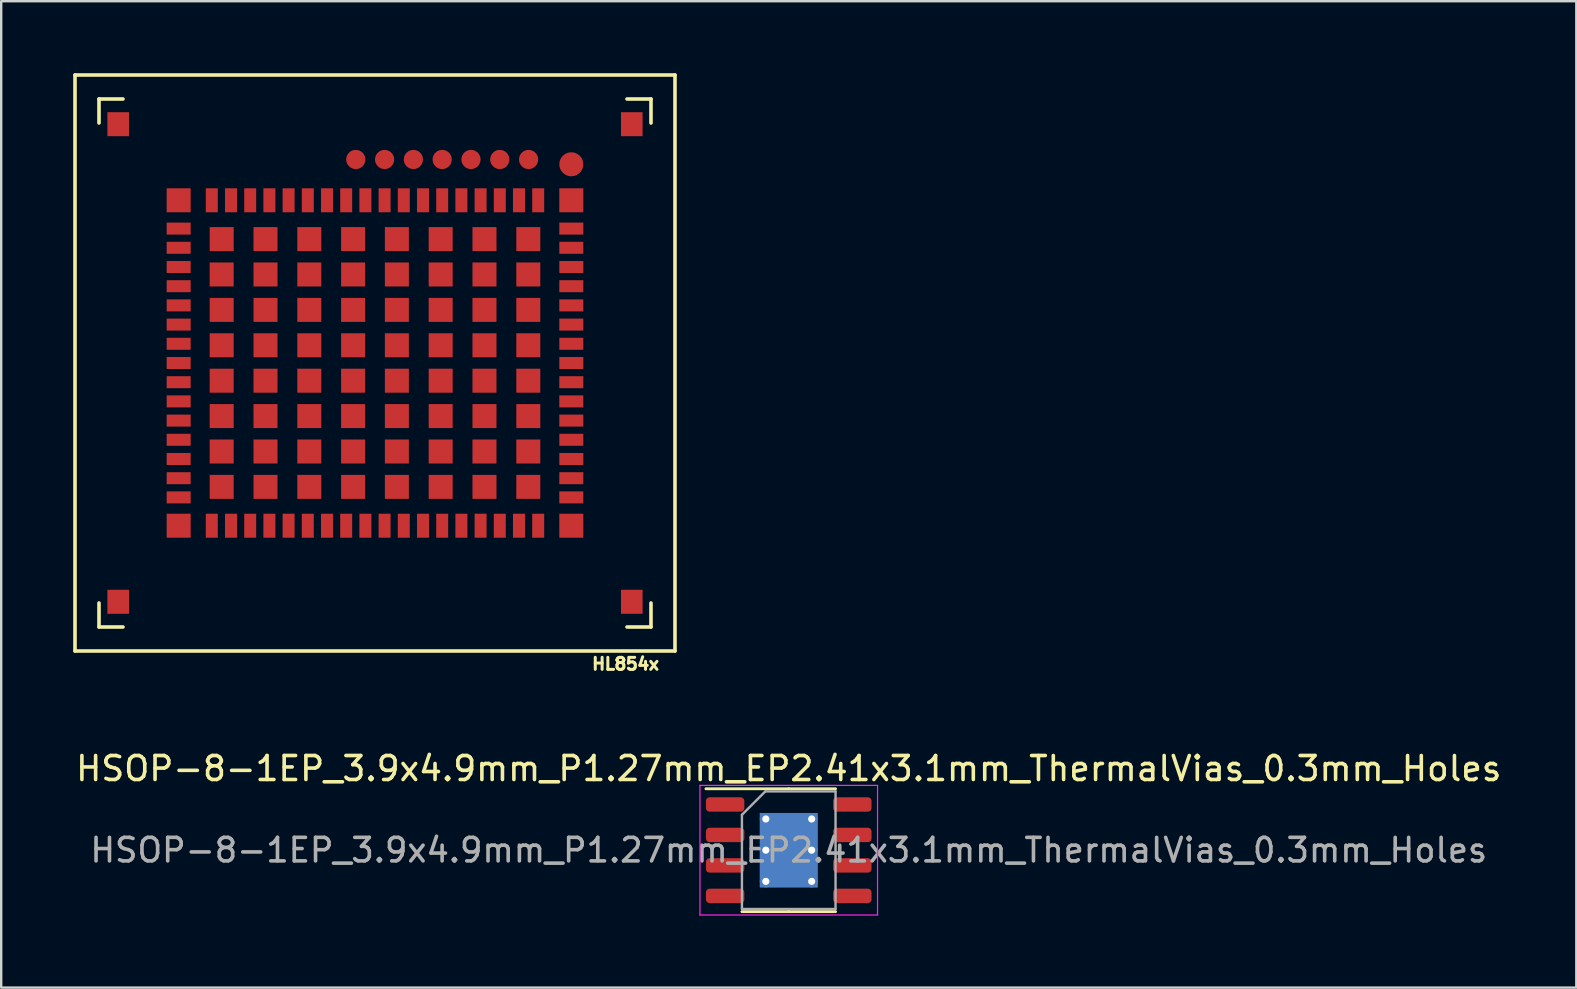
<source format=kicad_pcb>
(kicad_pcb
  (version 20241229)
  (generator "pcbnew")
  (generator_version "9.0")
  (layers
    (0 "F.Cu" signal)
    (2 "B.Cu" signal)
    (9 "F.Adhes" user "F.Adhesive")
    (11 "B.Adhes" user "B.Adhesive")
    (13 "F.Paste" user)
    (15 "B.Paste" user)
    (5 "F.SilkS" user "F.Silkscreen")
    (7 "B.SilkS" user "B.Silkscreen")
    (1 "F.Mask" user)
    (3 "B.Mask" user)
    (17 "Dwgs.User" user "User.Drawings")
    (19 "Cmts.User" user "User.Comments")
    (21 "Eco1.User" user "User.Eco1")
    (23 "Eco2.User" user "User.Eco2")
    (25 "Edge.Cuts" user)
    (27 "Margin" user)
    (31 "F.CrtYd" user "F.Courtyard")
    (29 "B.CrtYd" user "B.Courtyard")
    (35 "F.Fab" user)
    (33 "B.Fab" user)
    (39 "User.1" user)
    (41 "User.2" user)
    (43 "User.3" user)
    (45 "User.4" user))
  (footprint "HL854x"
    (layer "F.Cu")
    (at 12.575 12.075)
    (property "Reference" "HL854x" (at 10.44 12.54 0) (layer "F.SilkS") (effects (font (size 0.5 0.5) (thickness 0.125))))
    (attr smd)
    (fp_line (start -12.5 -12) (end 12.5 -12) (stroke (width 0.15) (type solid)) (layer "F.SilkS"))
    (fp_line (start -12.5 12) (end -12.5 -12) (stroke (width 0.15) (type solid)) (layer "F.SilkS"))
    (fp_line (start -12.5 12) (end 12.5 12) (stroke (width 0.15) (type solid)) (layer "F.SilkS"))
    (fp_line (start -11.5 -11) (end -10.5 -11) (stroke (width 0.15) (type solid)) (layer "F.SilkS"))
    (fp_line (start -11.5 -10) (end -11.5 -11) (stroke (width 0.15) (type solid)) (layer "F.SilkS"))
    (fp_line (start -11.5 10) (end -11.5 11) (stroke (width 0.15) (type solid)) (layer "F.SilkS"))
    (fp_line (start -11.5 11) (end -10.5 11) (stroke (width 0.15) (type solid)) (layer "F.SilkS"))
    (fp_line (start 10.5 -11) (end 11.5 -11) (stroke (width 0.15) (type solid)) (layer "F.SilkS"))
    (fp_line (start 10.5 11) (end 11.5 11) (stroke (width 0.15) (type solid)) (layer "F.SilkS"))
    (fp_line (start 11.5 -11) (end 11.5 -10) (stroke (width 0.15) (type solid)) (layer "F.SilkS"))
    (fp_line (start 11.5 10) (end 11.5 11) (stroke (width 0.15) (type solid)) (layer "F.SilkS"))
    (fp_line (start 12.5 12) (end 12.5 -12) (stroke (width 0.15) (type solid)) (layer "F.SilkS"))
    (pad "1" smd rect (at 6.8 -6.78 90) (size 1 0.5) (layers "F.Cu" "F.Mask" "F.Paste"))
    (pad "2" smd rect (at 6 -6.78 90) (size 1 0.5) (layers "F.Cu" "F.Mask" "F.Paste"))
    (pad "3" smd rect (at 5.2 -6.78 90) (size 1 0.5) (layers "F.Cu" "F.Mask" "F.Paste"))
    (pad "4" smd rect (at 4.4 -6.78 90) (size 1 0.5) (layers "F.Cu" "F.Mask" "F.Paste"))
    (pad "5" smd rect (at 3.6 -6.78 90) (size 1 0.5) (layers "F.Cu" "F.Mask" "F.Paste"))
    (pad "6" smd rect (at 2.8 -6.78 90) (size 1 0.5) (layers "F.Cu" "F.Mask" "F.Paste"))
    (pad "7" smd rect (at 2 -6.78 90) (size 1 0.5) (layers "F.Cu" "F.Mask" "F.Paste"))
    (pad "8" smd rect (at 1.2 -6.78 90) (size 1 0.5) (layers "F.Cu" "F.Mask" "F.Paste"))
    (pad "9" smd rect (at 0.4 -6.78 90) (size 1 0.5) (layers "F.Cu" "F.Mask" "F.Paste"))
    (pad "10" smd rect (at -0.4 -6.78 90) (size 1 0.5) (layers "F.Cu" "F.Mask" "F.Paste"))
    (pad "11" smd rect (at -1.2 -6.78 90) (size 1 0.5) (layers "F.Cu" "F.Mask" "F.Paste"))
    (pad "12" smd rect (at -2 -6.78 90) (size 1 0.5) (layers "F.Cu" "F.Mask" "F.Paste"))
    (pad "13" smd rect (at -2.8 -6.78 90) (size 1 0.5) (layers "F.Cu" "F.Mask" "F.Paste"))
    (pad "14" smd rect (at -3.6 -6.78 90) (size 1 0.5) (layers "F.Cu" "F.Mask" "F.Paste"))
    (pad "15" smd rect (at -4.4 -6.78 90) (size 1 0.5) (layers "F.Cu" "F.Mask" "F.Paste"))
    (pad "16" smd rect (at -5.2 -6.78 90) (size 1 0.5) (layers "F.Cu" "F.Mask" "F.Paste"))
    (pad "17" smd rect (at -6 -6.78 90) (size 1 0.5) (layers "F.Cu" "F.Mask" "F.Paste"))
    (pad "18" smd rect (at -6.8 -6.78 90) (size 1 0.5) (layers "F.Cu" "F.Mask" "F.Paste"))
    (pad "19" smd rect (at -8.18 -5.6) (size 1 0.5) (layers "F.Cu" "F.Mask" "F.Paste"))
    (pad "20" smd rect (at -8.18 -4.8) (size 1 0.5) (layers "F.Cu" "F.Mask" "F.Paste"))
    (pad "21" smd rect (at -8.18 -4) (size 1 0.5) (layers "F.Cu" "F.Mask" "F.Paste"))
    (pad "22" smd rect (at -8.18 -3.2) (size 1 0.5) (layers "F.Cu" "F.Mask" "F.Paste"))
    (pad "23" smd rect (at -8.18 -2.4) (size 1 0.5) (layers "F.Cu" "F.Mask" "F.Paste"))
    (pad "24" smd rect (at -8.18 -1.6) (size 1 0.5) (layers "F.Cu" "F.Mask" "F.Paste"))
    (pad "25" smd rect (at -8.18 -0.8) (size 1 0.5) (layers "F.Cu" "F.Mask" "F.Paste"))
    (pad "26" smd rect (at -8.18 0) (size 1 0.5) (layers "F.Cu" "F.Mask" "F.Paste"))
    (pad "27" smd rect (at -8.18 0.8) (size 1 0.5) (layers "F.Cu" "F.Mask" "F.Paste"))
    (pad "28" smd rect (at -8.18 1.6) (size 1 0.5) (layers "F.Cu" "F.Mask" "F.Paste"))
    (pad "29" smd rect (at -8.18 2.4) (size 1 0.5) (layers "F.Cu" "F.Mask" "F.Paste"))
    (pad "30" smd rect (at -8.18 3.2) (size 1 0.5) (layers "F.Cu" "F.Mask" "F.Paste"))
    (pad "31" smd rect (at -8.18 4) (size 1 0.5) (layers "F.Cu" "F.Mask" "F.Paste"))
    (pad "32" smd rect (at -8.18 4.8) (size 1 0.5) (layers "F.Cu" "F.Mask" "F.Paste"))
    (pad "33" smd rect (at -8.18 5.6) (size 1 0.5) (layers "F.Cu" "F.Mask" "F.Paste"))
    (pad "34" smd rect (at -6.8 6.78 90) (size 1 0.5) (layers "F.Cu" "F.Mask" "F.Paste"))
    (pad "35" smd rect (at -6 6.78 90) (size 1 0.5) (layers "F.Cu" "F.Mask" "F.Paste"))
    (pad "36" smd rect (at -5.2 6.78 90) (size 1 0.5) (layers "F.Cu" "F.Mask" "F.Paste"))
    (pad "37" smd rect (at -4.4 6.78 90) (size 1 0.5) (layers "F.Cu" "F.Mask" "F.Paste"))
    (pad "38" smd rect (at -3.6 6.78 90) (size 1 0.5) (layers "F.Cu" "F.Mask" "F.Paste"))
    (pad "39" smd rect (at -2.8 6.78 90) (size 1 0.5) (layers "F.Cu" "F.Mask" "F.Paste"))
    (pad "40" smd rect (at -2 6.78 90) (size 1 0.5) (layers "F.Cu" "F.Mask" "F.Paste"))
    (pad "41" smd rect (at -1.2 6.78 90) (size 1 0.5) (layers "F.Cu" "F.Mask" "F.Paste"))
    (pad "42" smd rect (at -0.4 6.78 90) (size 1 0.5) (layers "F.Cu" "F.Mask" "F.Paste"))
    (pad "43" smd rect (at 0.4 6.78 90) (size 1 0.5) (layers "F.Cu" "F.Mask" "F.Paste"))
    (pad "44" smd rect (at 1.2 6.78 90) (size 1 0.5) (layers "F.Cu" "F.Mask" "F.Paste"))
    (pad "45" smd rect (at 2 6.78 90) (size 1 0.5) (layers "F.Cu" "F.Mask" "F.Paste"))
    (pad "46" smd rect (at 2.8 6.78 90) (size 1 0.5) (layers "F.Cu" "F.Mask" "F.Paste"))
    (pad "47" smd rect (at 3.6 6.78 90) (size 1 0.5) (layers "F.Cu" "F.Mask" "F.Paste"))
    (pad "48" smd rect (at 4.4 6.78 90) (size 1 0.5) (layers "F.Cu" "F.Mask" "F.Paste"))
    (pad "49" smd rect (at 5.2 6.78 90) (size 1 0.5) (layers "F.Cu" "F.Mask" "F.Paste"))
    (pad "50" smd rect (at 6 6.78 90) (size 1 0.5) (layers "F.Cu" "F.Mask" "F.Paste"))
    (pad "51" smd rect (at 6.8 6.78 90) (size 1 0.5) (layers "F.Cu" "F.Mask" "F.Paste"))
    (pad "52" smd rect (at 8.18 5.6) (size 1 0.5) (layers "F.Cu" "F.Mask" "F.Paste"))
    (pad "53" smd rect (at 8.18 4.8) (size 1 0.5) (layers "F.Cu" "F.Mask" "F.Paste"))
    (pad "54" smd rect (at 8.18 4) (size 1 0.5) (layers "F.Cu" "F.Mask" "F.Paste"))
    (pad "55" smd rect (at 8.18 3.2) (size 1 0.5) (layers "F.Cu" "F.Mask" "F.Paste"))
    (pad "56" smd rect (at 8.18 2.4) (size 1 0.5) (layers "F.Cu" "F.Mask" "F.Paste"))
    (pad "57" smd rect (at 8.18 1.6) (size 1 0.5) (layers "F.Cu" "F.Mask" "F.Paste"))
    (pad "58" smd rect (at 8.18 0.8) (size 1 0.5) (layers "F.Cu" "F.Mask" "F.Paste"))
    (pad "59" smd rect (at 8.18 0) (size 1 0.5) (layers "F.Cu" "F.Mask" "F.Paste"))
    (pad "60" smd rect (at 8.18 -0.8) (size 1 0.5) (layers "F.Cu" "F.Mask" "F.Paste"))
    (pad "61" smd rect (at 8.18 -1.6) (size 1 0.5) (layers "F.Cu" "F.Mask" "F.Paste"))
    (pad "62" smd rect (at 8.18 -2.4) (size 1 0.5) (layers "F.Cu" "F.Mask" "F.Paste"))
    (pad "63" smd rect (at 8.18 -3.2) (size 1 0.5) (layers "F.Cu" "F.Mask" "F.Paste"))
    (pad "64" smd rect (at 8.18 -4) (size 1 0.5) (layers "F.Cu" "F.Mask" "F.Paste"))
    (pad "65" smd rect (at 8.18 -4.8) (size 1 0.5) (layers "F.Cu" "F.Mask" "F.Paste"))
    (pad "66" smd rect (at 8.18 -5.6) (size 1 0.5) (layers "F.Cu" "F.Mask" "F.Paste"))
    (pad "67" smd rect (at 8.18 -6.78) (size 1 1) (layers "F.Cu" "F.Mask" "F.Paste"))
    (pad "68" smd rect (at -8.18 -6.78) (size 1 1) (layers "F.Cu" "F.Mask" "F.Paste"))
    (pad "69" smd rect (at -8.18 6.78) (size 1 1) (layers "F.Cu" "F.Mask" "F.Paste"))
    (pad "70" smd rect (at 8.18 6.78) (size 1 1) (layers "F.Cu" "F.Mask" "F.Paste"))
    (pad "167" smd rect (at 10.7 -9.95) (size 0.9 1) (layers "F.Cu" "F.Mask" "F.Paste"))
    (pad "168" smd rect (at -10.7 -9.95) (size 0.9 1) (layers "F.Cu" "F.Mask" "F.Paste"))
    (pad "169" smd rect (at -10.7 9.95) (size 0.9 1) (layers "F.Cu" "F.Mask" "F.Paste"))
    (pad "170" smd rect (at 10.7 9.95) (size 0.9 1) (layers "F.Cu" "F.Mask" "F.Paste"))
    (pad "171" smd rect (at 6.388 -5.162) (size 1 1) (layers "F.Cu" "F.Mask" "F.Paste"))
    (pad "172" smd rect (at 6.388 -3.688) (size 1 1) (layers "F.Cu" "F.Mask" "F.Paste"))
    (pad "173" smd rect (at 6.388 -2.212) (size 1 1) (layers "F.Cu" "F.Mask" "F.Paste"))
    (pad "174" smd rect (at 6.388 -0.738) (size 1 1) (layers "F.Cu" "F.Mask" "F.Paste"))
    (pad "175" smd rect (at 6.388 0.738) (size 1 1) (layers "F.Cu" "F.Mask" "F.Paste"))
    (pad "176" smd rect (at 6.388 2.212) (size 1 1) (layers "F.Cu" "F.Mask" "F.Paste"))
    (pad "177" smd rect (at 6.388 3.688) (size 1 1) (layers "F.Cu" "F.Mask" "F.Paste"))
    (pad "178" smd rect (at 6.388 5.162) (size 1 1) (layers "F.Cu" "F.Mask" "F.Paste"))
    (pad "179" smd rect (at 4.562 5.162) (size 1 1) (layers "F.Cu" "F.Mask" "F.Paste"))
    (pad "180" smd rect (at 2.737 5.162) (size 1 1) (layers "F.Cu" "F.Mask" "F.Paste"))
    (pad "181" smd rect (at 0.912 5.162) (size 1 1) (layers "F.Cu" "F.Mask" "F.Paste"))
    (pad "182" smd rect (at -0.912 5.162) (size 1 1) (layers "F.Cu" "F.Mask" "F.Paste"))
    (pad "183" smd rect (at -2.737 5.162) (size 1 1) (layers "F.Cu" "F.Mask" "F.Paste"))
    (pad "184" smd rect (at -4.562 5.162) (size 1 1) (layers "F.Cu" "F.Mask" "F.Paste"))
    (pad "185" smd rect (at -6.388 5.162) (size 1 1) (layers "F.Cu" "F.Mask" "F.Paste"))
    (pad "186" smd rect (at -6.388 3.688) (size 1 1) (layers "F.Cu" "F.Mask" "F.Paste"))
    (pad "187" smd rect (at -6.388 2.212) (size 1 1) (layers "F.Cu" "F.Mask" "F.Paste"))
    (pad "188" smd rect (at -6.388 0.738) (size 1 1) (layers "F.Cu" "F.Mask" "F.Paste"))
    (pad "189" smd rect (at -6.388 -0.738) (size 1 1) (layers "F.Cu" "F.Mask" "F.Paste"))
    (pad "190" smd rect (at -6.388 -2.212) (size 1 1) (layers "F.Cu" "F.Mask" "F.Paste"))
    (pad "191" smd rect (at -6.388 -3.688) (size 1 1) (layers "F.Cu" "F.Mask" "F.Paste"))
    (pad "192" smd rect (at -6.388 -5.162) (size 1 1) (layers "F.Cu" "F.Mask" "F.Paste"))
    (pad "193" smd rect (at -4.562 -5.162) (size 1 1) (layers "F.Cu" "F.Mask" "F.Paste"))
    (pad "194" smd rect (at -2.737 -5.162) (size 1 1) (layers "F.Cu" "F.Mask" "F.Paste"))
    (pad "195" smd rect (at -0.912 -5.162) (size 1 1) (layers "F.Cu" "F.Mask" "F.Paste"))
    (pad "196" smd rect (at 0.912 -5.162) (size 1 1) (layers "F.Cu" "F.Mask" "F.Paste"))
    (pad "197" smd rect (at 2.737 -5.162) (size 1 1) (layers "F.Cu" "F.Mask" "F.Paste"))
    (pad "198" smd rect (at 4.562 -5.162) (size 1 1) (layers "F.Cu" "F.Mask" "F.Paste"))
    (pad "199" smd rect (at 4.562 -3.688) (size 1 1) (layers "F.Cu" "F.Mask" "F.Paste"))
    (pad "200" smd rect (at 4.562 -2.212) (size 1 1) (layers "F.Cu" "F.Mask" "F.Paste"))
    (pad "201" smd rect (at 4.562 -0.738) (size 1 1) (layers "F.Cu" "F.Mask" "F.Paste"))
    (pad "202" smd rect (at 4.562 0.738) (size 1 1) (layers "F.Cu" "F.Mask" "F.Paste"))
    (pad "203" smd rect (at 4.562 2.212) (size 1 1) (layers "F.Cu" "F.Mask" "F.Paste"))
    (pad "204" smd rect (at 4.562 3.688) (size 1 1) (layers "F.Cu" "F.Mask" "F.Paste"))
    (pad "205" smd rect (at 2.737 3.688) (size 1 1) (layers "F.Cu" "F.Mask" "F.Paste"))
    (pad "206" smd rect (at 0.912 3.688) (size 1 1) (layers "F.Cu" "F.Mask" "F.Paste"))
    (pad "207" smd rect (at -0.912 3.688) (size 1 1) (layers "F.Cu" "F.Mask" "F.Paste"))
    (pad "208" smd rect (at -2.737 3.688) (size 1 1) (layers "F.Cu" "F.Mask" "F.Paste"))
    (pad "209" smd rect (at -4.562 3.688) (size 1 1) (layers "F.Cu" "F.Mask" "F.Paste"))
    (pad "210" smd rect (at -4.562 2.212) (size 1 1) (layers "F.Cu" "F.Mask" "F.Paste"))
    (pad "211" smd rect (at -4.562 0.738) (size 1 1) (layers "F.Cu" "F.Mask" "F.Paste"))
    (pad "212" smd rect (at -4.562 -0.738) (size 1 1) (layers "F.Cu" "F.Mask" "F.Paste"))
    (pad "213" smd rect (at -4.562 -2.212) (size 1 1) (layers "F.Cu" "F.Mask" "F.Paste"))
    (pad "214" smd rect (at -4.562 -3.688) (size 1 1) (layers "F.Cu" "F.Mask" "F.Paste"))
    (pad "215" smd rect (at -2.737 -3.688) (size 1 1) (layers "F.Cu" "F.Mask" "F.Paste"))
    (pad "216" smd rect (at -0.912 -3.688) (size 1 1) (layers "F.Cu" "F.Mask" "F.Paste"))
    (pad "217" smd rect (at 0.912 -3.688) (size 1 1) (layers "F.Cu" "F.Mask" "F.Paste"))
    (pad "218" smd rect (at 2.737 -3.688) (size 1 1) (layers "F.Cu" "F.Mask" "F.Paste"))
    (pad "219" smd rect (at 2.737 -2.212) (size 1 1) (layers "F.Cu" "F.Mask" "F.Paste"))
    (pad "220" smd rect (at 2.737 -0.738) (size 1 1) (layers "F.Cu" "F.Mask" "F.Paste"))
    (pad "221" smd rect (at 2.737 0.738) (size 1 1) (layers "F.Cu" "F.Mask" "F.Paste"))
    (pad "222" smd rect (at 2.737 2.212) (size 1 1) (layers "F.Cu" "F.Mask" "F.Paste"))
    (pad "223" smd rect (at 0.912 2.212) (size 1 1) (layers "F.Cu" "F.Mask" "F.Paste"))
    (pad "224" smd rect (at -0.912 2.212) (size 1 1) (layers "F.Cu" "F.Mask" "F.Paste"))
    (pad "225" smd rect (at -2.737 2.212) (size 1 1) (layers "F.Cu" "F.Mask" "F.Paste"))
    (pad "226" smd rect (at -2.737 0.738) (size 1 1) (layers "F.Cu" "F.Mask" "F.Paste"))
    (pad "227" smd rect (at -2.737 -0.738) (size 1 1) (layers "F.Cu" "F.Mask" "F.Paste"))
    (pad "228" smd rect (at -2.737 -2.212) (size 1 1) (layers "F.Cu" "F.Mask" "F.Paste"))
    (pad "229" smd rect (at -0.912 -2.212) (size 1 1) (layers "F.Cu" "F.Mask" "F.Paste"))
    (pad "230" smd rect (at 0.912 -2.212) (size 1 1) (layers "F.Cu" "F.Mask" "F.Paste"))
    (pad "231" smd rect (at 0.912 -0.738) (size 1 1) (layers "F.Cu" "F.Mask" "F.Paste"))
    (pad "232" smd rect (at 0.912 0.738) (size 1 1) (layers "F.Cu" "F.Mask" "F.Paste"))
    (pad "233" smd rect (at -0.912 0.738) (size 1 1) (layers "F.Cu" "F.Mask" "F.Paste"))
    (pad "234" smd rect (at -0.912 -0.738) (size 1 1) (layers "F.Cu" "F.Mask" "F.Paste"))
    (pad "235" smd circle (at 8.18 -8.28 90) (size 1 1) (layers "F.Cu" "F.Mask" "F.Paste"))
    (pad "236" smd circle (at 6.4 -8.48 90) (size 0.8 0.8) (layers "F.Cu" "F.Mask" "F.Paste"))
    (pad "237" smd circle (at 5.2 -8.48 90) (size 0.8 0.8) (layers "F.Cu" "F.Mask" "F.Paste"))
    (pad "238" smd circle (at 4 -8.48 90) (size 0.8 0.8) (layers "F.Cu" "F.Mask" "F.Paste"))
    (pad "239" smd circle (at 2.8 -8.48 90) (size 0.8 0.8) (layers "F.Cu" "F.Mask" "F.Paste"))
    (pad "240" smd circle (at 1.6 -8.48 90) (size 0.8 0.8) (layers "F.Cu" "F.Mask" "F.Paste"))
    (pad "241" smd circle (at 0.4 -8.48 90) (size 0.8 0.8) (layers "F.Cu" "F.Mask" "F.Paste"))
    (pad "242" smd circle (at -0.8 -8.48 90) (size 0.8 0.8) (layers "F.Cu" "F.Mask" "F.Paste")))
  (footprint "HSOP-8-1EP_3.9x4.9mm_P1.27mm_EP2.41x3.1mm_ThermalVias_0.3mm_Holes"
    (layer "F.Cu")
    (at 29.815 32.375)
    (property "Reference" "HSOP-8-1EP_3.9x4.9mm_P1.27mm_EP2.41x3.1mm_ThermalVias_0.3mm_Holes" (at 0 -3.4 0) (layer "F.SilkS") (effects (font (size 1 1) (thickness 0.15))))
    (attr smd)
    (fp_line (start 0 -2.56) (end -3.45 -2.56) (stroke (width 0.12) (type solid)) (layer "F.SilkS"))
    (fp_line (start 0 -2.56) (end 1.95 -2.56) (stroke (width 0.12) (type solid)) (layer "F.SilkS"))
    (fp_line (start 0 2.56) (end -1.95 2.56) (stroke (width 0.12) (type solid)) (layer "F.SilkS"))
    (fp_line (start 0 2.56) (end 1.95 2.56) (stroke (width 0.12) (type solid)) (layer "F.SilkS"))
    (fp_line (start -3.7 -2.7) (end -3.7 2.7) (stroke (width 0.05) (type solid)) (layer "F.CrtYd"))
    (fp_line (start -3.7 2.7) (end 3.7 2.7) (stroke (width 0.05) (type solid)) (layer "F.CrtYd"))
    (fp_line (start 3.7 -2.7) (end -3.7 -2.7) (stroke (width 0.05) (type solid)) (layer "F.CrtYd"))
    (fp_line (start 3.7 2.7) (end 3.7 -2.7) (stroke (width 0.05) (type solid)) (layer "F.CrtYd"))
    (fp_line (start -1.95 -1.475) (end -0.975 -2.45) (stroke (width 0.1) (type solid)) (layer "F.Fab"))
    (fp_line (start -1.95 2.45) (end -1.95 -1.475) (stroke (width 0.1) (type solid)) (layer "F.Fab"))
    (fp_line (start -0.975 -2.45) (end 1.95 -2.45) (stroke (width 0.1) (type solid)) (layer "F.Fab"))
    (fp_line (start 1.95 -2.45) (end 1.95 2.45) (stroke (width 0.1) (type solid)) (layer "F.Fab"))
    (fp_line (start 1.95 2.45) (end -1.95 2.45) (stroke (width 0.1) (type solid)) (layer "F.Fab"))
    (fp_text user "${REFERENCE}" (at 0 0 0) (layer "F.Fab") (effects (font (size 0.98 0.98) (thickness 0.15))))
    (pad "" smd roundrect (at -0.6 -0.775) (size 0.97 1.25) (layers "F.Paste") (roundrect_rratio 0.25))
    (pad "" smd roundrect (at -0.6 0.775) (size 0.97 1.25) (layers "F.Paste") (roundrect_rratio 0.25))
    (pad "" smd roundrect (at 0.6 -0.775) (size 0.97 1.25) (layers "F.Paste") (roundrect_rratio 0.25))
    (pad "" smd roundrect (at 0.6 0.775) (size 0.97 1.25) (layers "F.Paste") (roundrect_rratio 0.25))
    (pad "1" smd roundrect (at -2.65 -1.905) (size 1.6 0.6) (layers "F.Cu" "F.Mask" "F.Paste") (roundrect_rratio 0.25))
    (pad "2" smd roundrect (at -2.65 -0.635) (size 1.6 0.6) (layers "F.Cu" "F.Mask" "F.Paste") (roundrect_rratio 0.25))
    (pad "3" smd roundrect (at -2.65 0.635) (size 1.6 0.6) (layers "F.Cu" "F.Mask" "F.Paste") (roundrect_rratio 0.25))
    (pad "4" smd roundrect (at -2.65 1.905) (size 1.6 0.6) (layers "F.Cu" "F.Mask" "F.Paste") (roundrect_rratio 0.25))
    (pad "5" smd roundrect (at 2.65 1.905) (size 1.6 0.6) (layers "F.Cu" "F.Mask" "F.Paste") (roundrect_rratio 0.25))
    (pad "6" smd roundrect (at 2.65 0.635) (size 1.6 0.6) (layers "F.Cu" "F.Mask" "F.Paste") (roundrect_rratio 0.25))
    (pad "7" smd roundrect (at 2.65 -0.635) (size 1.6 0.6) (layers "F.Cu" "F.Mask" "F.Paste") (roundrect_rratio 0.25))
    (pad "8" smd roundrect (at 2.65 -1.905) (size 1.6 0.6) (layers "F.Cu" "F.Mask" "F.Paste") (roundrect_rratio 0.25))
    (pad "9" thru_hole circle (at -0.955 -1.3) (size 0.5 0.5) (drill 0.3) (layers "*.Cu"))
    (pad "9" thru_hole circle (at -0.955 0) (size 0.5 0.5) (drill 0.3) (layers "*.Cu"))
    (pad "9" thru_hole circle (at -0.955 1.3) (size 0.5 0.5) (drill 0.3) (layers "*.Cu"))
    (pad "9" smd rect (at 0 0) (size 2.41 3.1) (layers "F.Cu" "F.Mask"))
    (pad "9" smd rect (at 0 0) (size 2.41 3.1) (layers "B.Cu"))
    (pad "9" thru_hole circle (at 0.955 -1.3) (size 0.5 0.5) (drill 0.3) (layers "*.Cu"))
    (pad "9" thru_hole circle (at 0.955 0) (size 0.5 0.5) (drill 0.3) (layers "*.Cu"))
    (pad "9" thru_hole circle (at 0.955 1.3) (size 0.5 0.5) (drill 0.3) (layers "*.Cu")))
  (gr_rect
    (start -3 -3)
    (end 62.631 38.1)
    (stroke (width 0.1) (type default))
    (fill no)
    (layer "Edge.Cuts")))
</source>
